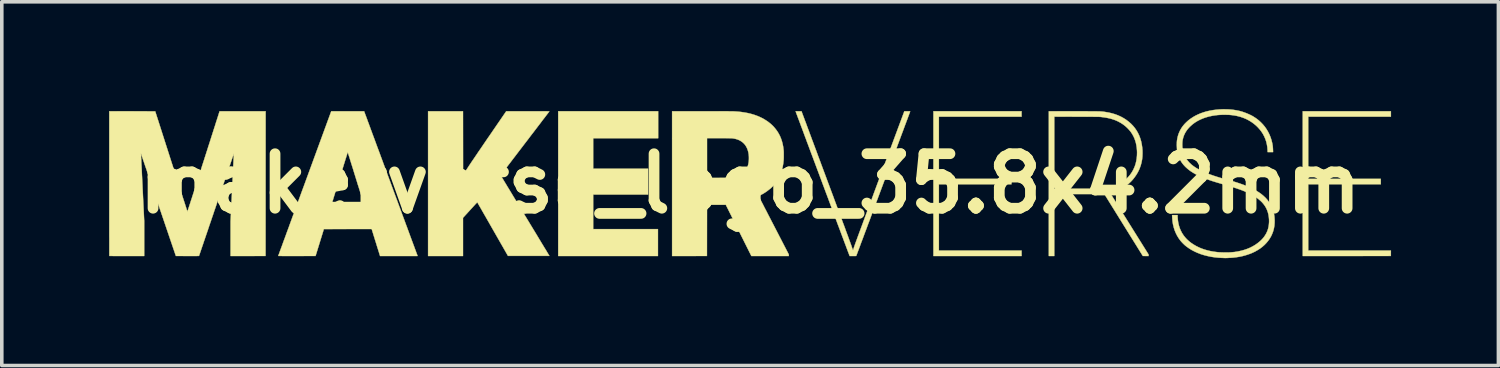
<source format=kicad_pcb>
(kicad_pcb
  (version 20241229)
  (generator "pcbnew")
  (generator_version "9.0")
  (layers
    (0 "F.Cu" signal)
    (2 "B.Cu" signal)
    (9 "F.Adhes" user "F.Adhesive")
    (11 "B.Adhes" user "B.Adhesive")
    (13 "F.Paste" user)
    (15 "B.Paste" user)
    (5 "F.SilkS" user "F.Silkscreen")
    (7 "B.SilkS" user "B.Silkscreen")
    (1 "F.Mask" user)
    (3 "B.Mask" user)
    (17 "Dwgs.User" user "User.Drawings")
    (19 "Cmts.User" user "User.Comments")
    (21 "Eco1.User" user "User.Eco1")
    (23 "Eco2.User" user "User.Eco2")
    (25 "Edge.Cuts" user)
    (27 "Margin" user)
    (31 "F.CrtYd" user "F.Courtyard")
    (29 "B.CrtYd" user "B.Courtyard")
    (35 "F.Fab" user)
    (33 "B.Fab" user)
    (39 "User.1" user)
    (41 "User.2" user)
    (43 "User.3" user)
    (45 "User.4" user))
  (footprint "makerverse_logo_35.8x4.2mm"
    (layer "F.Cu")
    (at 17.92 2.082)
    (property "Reference" "makerverse_logo_35.8x4.2mm" (at 0 0 0) (layer "F.SilkS") (effects (font (size 1.524 1.524) (thickness 0.3))))
    (attr through_hole)
    (fp_poly (pts (xy -2.57 -1.267) (xy -4.387 -1.267) (xy -4.387 -0.416) (xy -2.853 -0.416) (xy -2.853 0.307) (xy -4.387 0.307) (xy -4.387 1.273) (xy -2.576 1.273) (xy -2.576 2.025) (xy -5.364 2.025) (xy -5.364 -2.022) (xy -2.57 -2.022) (xy -2.57 -1.267)) (stroke (width 0.01) (type solid)) (fill yes) (layer "F.SilkS"))
    (fp_poly (pts (xy 7.59 -1.87) (xy 5.278 -1.87) (xy 5.278 -0.132) (xy 7.307 -0.132) (xy 7.307 0.02) (xy 5.278 0.02) (xy 5.278 1.874) (xy 7.59 1.874) (xy 7.59 2.025) (xy 5.126 2.025) (xy 5.126 -2.022) (xy 7.59 -2.022) (xy 7.59 -1.87)) (stroke (width 0.01) (type solid)) (fill yes) (layer "F.SilkS"))
    (fp_poly (pts (xy 17.915 -1.87) (xy 15.603 -1.87) (xy 15.603 -0.132) (xy 17.632 -0.132) (xy 17.632 0.02) (xy 15.603 0.02) (xy 15.603 1.874) (xy 17.915 1.874) (xy 17.914 1.949) (xy 17.914 2.024) (xy 16.682 2.025) (xy 15.451 2.025) (xy 15.451 -2.022) (xy 17.915 -2.022) (xy 17.915 -1.87)) (stroke (width 0.01) (type solid)) (fill yes) (layer "F.SilkS"))
    (fp_poly (pts (xy -1.358 -2.022) (xy -1.274 -2.022) (xy -1.192 -2.022) (xy -1.114 -2.022) (xy -1.039 -2.022) (xy -0.967 -2.022) (xy -0.899 -2.022) (xy -0.835 -2.021) (xy -0.775 -2.021) (xy -0.72 -2.021) (xy -0.669 -2.021) (xy -0.623 -2.021) (xy -0.582 -2.02) (xy -0.547 -2.02) (xy -0.517 -2.02) (xy -0.493 -2.019) (xy -0.476 -2.019) (xy -0.464 -2.019) (xy -0.463 -2.019) (xy -0.355 -2.012) (xy -0.252 -2.002) (xy -0.154 -1.987) (xy -0.06 -1.97) (xy 0.03 -1.948) (xy 0.117 -1.922) (xy 0.2 -1.892) (xy 0.242 -1.875) (xy 0.315 -1.841) (xy 0.385 -1.804) (xy 0.453 -1.762) (xy 0.517 -1.717) (xy 0.576 -1.67) (xy 0.63 -1.62) (xy 0.667 -1.581) (xy 0.717 -1.521) (xy 0.762 -1.459) (xy 0.801 -1.395) (xy 0.836 -1.328) (xy 0.865 -1.258) (xy 0.89 -1.184) (xy 0.91 -1.107) (xy 0.926 -1.025) (xy 0.937 -0.938) (xy 0.937 -0.935) (xy 0.939 -0.917) (xy 0.94 -0.894) (xy 0.941 -0.866) (xy 0.941 -0.836) (xy 0.941 -0.804) (xy 0.941 -0.771) (xy 0.941 -0.739) (xy 0.94 -0.709) (xy 0.939 -0.682) (xy 0.938 -0.659) (xy 0.937 -0.65) (xy 0.927 -0.558) (xy 0.912 -0.472) (xy 0.894 -0.39) (xy 0.87 -0.312) (xy 0.842 -0.238) (xy 0.81 -0.168) (xy 0.772 -0.101) (xy 0.73 -0.038) (xy 0.698 0.005) (xy 0.652 0.057) (xy 0.601 0.109) (xy 0.544 0.158) (xy 0.482 0.206) (xy 0.417 0.251) (xy 0.347 0.293) (xy 0.28 0.328) (xy 0.238 0.35) (xy 0.254 0.38) (xy 0.257 0.386) (xy 0.263 0.397) (xy 0.271 0.413) (xy 0.282 0.435) (xy 0.296 0.461) (xy 0.312 0.493) (xy 0.33 0.528) (xy 0.351 0.567) (xy 0.373 0.611) (xy 0.397 0.658) (xy 0.423 0.708) (xy 0.451 0.761) (xy 0.48 0.818) (xy 0.51 0.877) (xy 0.542 0.938) (xy 0.575 1.001) (xy 0.608 1.066) (xy 0.643 1.133) (xy 0.676 1.197) (xy 1.082 1.983) (xy 1.082 2.025) (xy 0.036 2.025) (xy -0.321 1.31) (xy -0.678 0.594) (xy -0.941 0.594) (xy -1.204 0.594) (xy -1.205 1.309) (xy -1.206 2.024) (xy -1.693 2.025) (xy -2.18 2.025) (xy -2.18 -0.158) (xy -1.204 -0.158) (xy -0.847 -0.159) (xy -0.791 -0.16) (xy -0.74 -0.16) (xy -0.696 -0.16) (xy -0.657 -0.16) (xy -0.623 -0.16) (xy -0.593 -0.161) (xy -0.568 -0.161) (xy -0.547 -0.161) (xy -0.528 -0.161) (xy -0.513 -0.162) (xy -0.5 -0.162) (xy -0.49 -0.163) (xy -0.481 -0.164) (xy -0.474 -0.164) (xy -0.467 -0.165) (xy -0.461 -0.166) (xy -0.455 -0.167) (xy -0.454 -0.167) (xy -0.4 -0.179) (xy -0.353 -0.193) (xy -0.31 -0.209) (xy -0.271 -0.228) (xy -0.235 -0.251) (xy -0.202 -0.277) (xy -0.183 -0.294) (xy -0.147 -0.333) (xy -0.116 -0.376) (xy -0.09 -0.423) (xy -0.069 -0.474) (xy -0.053 -0.529) (xy -0.041 -0.589) (xy -0.038 -0.608) (xy -0.036 -0.633) (xy -0.034 -0.663) (xy -0.033 -0.695) (xy -0.033 -0.729) (xy -0.034 -0.761) (xy -0.036 -0.791) (xy -0.038 -0.814) (xy -0.049 -0.876) (xy -0.065 -0.935) (xy -0.086 -0.989) (xy -0.111 -1.038) (xy -0.141 -1.083) (xy -0.176 -1.123) (xy -0.216 -1.159) (xy -0.26 -1.189) (xy -0.308 -1.215) (xy -0.361 -1.236) (xy -0.418 -1.252) (xy -0.479 -1.263) (xy -0.513 -1.267) (xy -0.523 -1.267) (xy -0.539 -1.268) (xy -0.561 -1.268) (xy -0.589 -1.269) (xy -0.622 -1.269) (xy -0.659 -1.269) (xy -0.702 -1.27) (xy -0.748 -1.27) (xy -0.797 -1.27) (xy -0.85 -1.27) (xy -0.878 -1.27) (xy -1.204 -1.27) (xy -1.204 -0.158) (xy -2.18 -0.158) (xy -2.18 -2.022) (xy -1.358 -2.022)) (stroke (width 0.01) (type solid)) (fill yes) (layer "F.SilkS"))
    (fp_poly (pts (xy -8.025 -1.133) (xy -8.024 -0.244) (xy -7.866 -0.484) (xy -7.848 -0.512) (xy -7.826 -0.544) (xy -7.801 -0.582) (xy -7.773 -0.624) (xy -7.742 -0.669) (xy -7.708 -0.719) (xy -7.672 -0.772) (xy -7.634 -0.828) (xy -7.595 -0.887) (xy -7.553 -0.947) (xy -7.51 -1.01) (xy -7.466 -1.075) (xy -7.421 -1.141) (xy -7.376 -1.207) (xy -7.33 -1.275) (xy -7.283 -1.342) (xy -7.262 -1.373) (xy -6.817 -2.022) (xy -6.214 -2.022) (xy -6.142 -2.022) (xy -6.073 -2.022) (xy -6.009 -2.022) (xy -5.948 -2.022) (xy -5.892 -2.022) (xy -5.84 -2.022) (xy -5.793 -2.021) (xy -5.751 -2.021) (xy -5.714 -2.021) (xy -5.683 -2.021) (xy -5.656 -2.02) (xy -5.636 -2.02) (xy -5.622 -2.02) (xy -5.614 -2.019) (xy -5.612 -2.019) (xy -5.614 -2.016) (xy -5.62 -2.008) (xy -5.629 -1.996) (xy -5.642 -1.978) (xy -5.659 -1.956) (xy -5.679 -1.93) (xy -5.702 -1.9) (xy -5.728 -1.866) (xy -5.757 -1.828) (xy -5.789 -1.787) (xy -5.823 -1.742) (xy -5.859 -1.694) (xy -5.898 -1.643) (xy -5.939 -1.59) (xy -5.982 -1.533) (xy -6.026 -1.475) (xy -6.073 -1.414) (xy -6.121 -1.352) (xy -6.17 -1.287) (xy -6.22 -1.221) (xy -6.272 -1.154) (xy -6.294 -1.125) (xy -6.346 -1.057) (xy -6.397 -0.99) (xy -6.447 -0.925) (xy -6.495 -0.862) (xy -6.542 -0.8) (xy -6.587 -0.741) (xy -6.631 -0.684) (xy -6.673 -0.629) (xy -6.712 -0.577) (xy -6.75 -0.528) (xy -6.785 -0.482) (xy -6.817 -0.439) (xy -6.847 -0.4) (xy -6.874 -0.364) (xy -6.899 -0.332) (xy -6.92 -0.304) (xy -6.938 -0.281) (xy -6.952 -0.261) (xy -6.963 -0.247) (xy -6.971 -0.237) (xy -6.974 -0.232) (xy -6.975 -0.231) (xy -6.973 -0.228) (xy -6.968 -0.22) (xy -6.96 -0.206) (xy -6.948 -0.188) (xy -6.934 -0.164) (xy -6.917 -0.136) (xy -6.897 -0.103) (xy -6.875 -0.066) (xy -6.85 -0.025) (xy -6.822 0.021) (xy -6.793 0.07) (xy -6.761 0.122) (xy -6.727 0.178) (xy -6.691 0.237) (xy -6.654 0.299) (xy -6.615 0.364) (xy -6.574 0.431) (xy -6.531 0.501) (xy -6.488 0.573) (xy -6.443 0.647) (xy -6.397 0.723) (xy -6.35 0.801) (xy -6.302 0.88) (xy -6.293 0.895) (xy -6.244 0.975) (xy -6.197 1.053) (xy -6.151 1.129) (xy -6.106 1.203) (xy -6.062 1.276) (xy -6.019 1.346) (xy -5.978 1.414) (xy -5.939 1.479) (xy -5.901 1.542) (xy -5.865 1.601) (xy -5.831 1.658) (xy -5.799 1.711) (xy -5.769 1.76) (xy -5.741 1.806) (xy -5.715 1.848) (xy -5.692 1.886) (xy -5.672 1.92) (xy -5.655 1.949) (xy -5.64 1.973) (xy -5.628 1.993) (xy -5.619 2.008) (xy -5.614 2.017) (xy -5.611 2.021) (xy -5.611 2.021) (xy -5.614 2.021) (xy -5.624 2.021) (xy -5.639 2.021) (xy -5.66 2.021) (xy -5.687 2.022) (xy -5.718 2.022) (xy -5.754 2.022) (xy -5.794 2.022) (xy -5.838 2.022) (xy -5.885 2.022) (xy -5.936 2.022) (xy -5.99 2.022) (xy -6.046 2.022) (xy -6.105 2.022) (xy -6.166 2.022) (xy -6.189 2.022) (xy -6.768 2.022) (xy -7.195 1.276) (xy -7.232 1.211) (xy -7.268 1.148) (xy -7.303 1.086) (xy -7.338 1.026) (xy -7.371 0.968) (xy -7.402 0.913) (xy -7.433 0.861) (xy -7.461 0.811) (xy -7.488 0.764) (xy -7.512 0.721) (xy -7.535 0.682) (xy -7.555 0.646) (xy -7.574 0.615) (xy -7.589 0.588) (xy -7.602 0.565) (xy -7.612 0.547) (xy -7.62 0.535) (xy -7.624 0.528) (xy -7.625 0.526) (xy -7.626 0.526) (xy -7.629 0.528) (xy -7.634 0.532) (xy -7.642 0.539) (xy -7.651 0.549) (xy -7.664 0.561) (xy -7.679 0.577) (xy -7.697 0.597) (xy -7.718 0.62) (xy -7.743 0.647) (xy -7.772 0.679) (xy -7.805 0.715) (xy -7.827 0.739) (xy -8.026 0.957) (xy -8.026 2.025) (xy -9.002 2.025) (xy -9.002 -2.022) (xy -8.026 -2.022) (xy -8.025 -1.133)) (stroke (width 0.01) (type solid)) (fill yes) (layer "F.SilkS"))
    (fp_poly (pts (xy 9.062 -2.021) (xy 9.144 -2.021) (xy 9.22 -2.021) (xy 9.29 -2.021) (xy 9.354 -2.021) (xy 9.413 -2.021) (xy 9.466 -2.02) (xy 9.515 -2.02) (xy 9.559 -2.02) (xy 9.599 -2.02) (xy 9.635 -2.019) (xy 9.667 -2.019) (xy 9.696 -2.019) (xy 9.722 -2.018) (xy 9.745 -2.018) (xy 9.766 -2.017) (xy 9.784 -2.017) (xy 9.801 -2.016) (xy 9.816 -2.015) (xy 9.829 -2.014) (xy 9.842 -2.013) (xy 9.854 -2.012) (xy 9.866 -2.011) (xy 9.877 -2.009) (xy 9.889 -2.008) (xy 9.901 -2.006) (xy 9.914 -2.004) (xy 9.927 -2.002) (xy 10.022 -1.986) (xy 10.113 -1.965) (xy 10.201 -1.939) (xy 10.284 -1.908) (xy 10.364 -1.872) (xy 10.439 -1.831) (xy 10.51 -1.786) (xy 10.518 -1.78) (xy 10.586 -1.728) (xy 10.649 -1.673) (xy 10.706 -1.614) (xy 10.757 -1.552) (xy 10.803 -1.486) (xy 10.843 -1.416) (xy 10.878 -1.343) (xy 10.907 -1.266) (xy 10.931 -1.186) (xy 10.949 -1.102) (xy 10.962 -1.015) (xy 10.97 -0.924) (xy 10.971 -0.846) (xy 10.968 -0.759) (xy 10.959 -0.673) (xy 10.943 -0.59) (xy 10.921 -0.507) (xy 10.892 -0.427) (xy 10.874 -0.384) (xy 10.839 -0.314) (xy 10.798 -0.245) (xy 10.752 -0.179) (xy 10.702 -0.115) (xy 10.648 -0.056) (xy 10.59 -0.001) (xy 10.529 0.049) (xy 10.479 0.085) (xy 10.414 0.126) (xy 10.346 0.162) (xy 10.276 0.193) (xy 10.206 0.219) (xy 10.136 0.24) (xy 10.092 0.249) (xy 10.079 0.252) (xy 10.069 0.254) (xy 10.063 0.255) (xy 10.062 0.256) (xy 10.063 0.258) (xy 10.068 0.267) (xy 10.077 0.28) (xy 10.088 0.298) (xy 10.102 0.321) (xy 10.12 0.349) (xy 10.139 0.381) (xy 10.162 0.417) (xy 10.187 0.457) (xy 10.214 0.5) (xy 10.243 0.547) (xy 10.274 0.598) (xy 10.308 0.651) (xy 10.343 0.707) (xy 10.379 0.766) (xy 10.417 0.827) (xy 10.457 0.89) (xy 10.498 0.956) (xy 10.54 1.023) (xy 10.582 1.091) (xy 10.6 1.12) (xy 11.14 1.983) (xy 11.14 2.026) (xy 10.98 2.024) (xy 10.442 1.159) (xy 9.905 0.294) (xy 8.504 0.294) (xy 8.504 2.025) (xy 8.352 2.025) (xy 8.352 0.142) (xy 8.504 0.142) (xy 9.171 0.142) (xy 9.261 0.142) (xy 9.344 0.142) (xy 9.422 0.142) (xy 9.495 0.142) (xy 9.561 0.141) (xy 9.621 0.141) (xy 9.676 0.141) (xy 9.724 0.141) (xy 9.766 0.14) (xy 9.802 0.14) (xy 9.832 0.14) (xy 9.855 0.139) (xy 9.872 0.139) (xy 9.882 0.138) (xy 9.883 0.138) (xy 9.969 0.129) (xy 10.052 0.114) (xy 10.13 0.094) (xy 10.205 0.069) (xy 10.276 0.039) (xy 10.344 0.003) (xy 10.408 -0.039) (xy 10.47 -0.086) (xy 10.528 -0.139) (xy 10.543 -0.154) (xy 10.586 -0.2) (xy 10.624 -0.246) (xy 10.657 -0.292) (xy 10.687 -0.34) (xy 10.715 -0.391) (xy 10.725 -0.413) (xy 10.755 -0.482) (xy 10.779 -0.555) (xy 10.797 -0.632) (xy 10.81 -0.71) (xy 10.817 -0.791) (xy 10.819 -0.872) (xy 10.817 -0.921) (xy 10.811 -0.998) (xy 10.8 -1.069) (xy 10.786 -1.137) (xy 10.767 -1.201) (xy 10.745 -1.263) (xy 10.717 -1.323) (xy 10.716 -1.326) (xy 10.681 -1.388) (xy 10.641 -1.448) (xy 10.594 -1.504) (xy 10.543 -1.558) (xy 10.488 -1.608) (xy 10.428 -1.654) (xy 10.365 -1.695) (xy 10.298 -1.732) (xy 10.278 -1.742) (xy 10.227 -1.765) (xy 10.175 -1.785) (xy 10.123 -1.802) (xy 10.068 -1.818) (xy 10.011 -1.831) (xy 9.949 -1.843) (xy 9.883 -1.853) (xy 9.812 -1.862) (xy 9.794 -1.864) (xy 9.786 -1.865) (xy 9.773 -1.865) (xy 9.754 -1.866) (xy 9.729 -1.866) (xy 9.698 -1.867) (xy 9.662 -1.867) (xy 9.619 -1.867) (xy 9.571 -1.868) (xy 9.516 -1.868) (xy 9.455 -1.868) (xy 9.388 -1.869) (xy 9.315 -1.869) (xy 9.235 -1.869) (xy 9.149 -1.869) (xy 9.132 -1.869) (xy 8.504 -1.871) (xy 8.504 0.142) (xy 8.352 0.142) (xy 8.352 -2.022) (xy 9.062 -2.021)) (stroke (width 0.01) (type solid)) (fill yes) (layer "F.SilkS"))
    (fp_poly (pts (xy -10.781 -1.995) (xy -10.779 -1.99) (xy -10.775 -1.98) (xy -10.769 -1.963) (xy -10.761 -1.941) (xy -10.751 -1.913) (xy -10.738 -1.88) (xy -10.724 -1.842) (xy -10.708 -1.799) (xy -10.691 -1.751) (xy -10.671 -1.698) (xy -10.65 -1.641) (xy -10.627 -1.579) (xy -10.603 -1.513) (xy -10.577 -1.443) (xy -10.55 -1.369) (xy -10.521 -1.292) (xy -10.491 -1.211) (xy -10.46 -1.126) (xy -10.428 -1.039) (xy -10.394 -0.948) (xy -10.359 -0.855) (xy -10.324 -0.759) (xy -10.287 -0.66) (xy -10.25 -0.559) (xy -10.212 -0.456) (xy -10.173 -0.35) (xy -10.133 -0.243) (xy -10.093 -0.134) (xy -10.052 -0.024) (xy -10.033 0.028) (xy -9.992 0.139) (xy -9.952 0.248) (xy -9.912 0.356) (xy -9.873 0.461) (xy -9.835 0.565) (xy -9.797 0.667) (xy -9.76 0.766) (xy -9.725 0.863) (xy -9.69 0.957) (xy -9.656 1.048) (xy -9.624 1.136) (xy -9.592 1.221) (xy -9.562 1.303) (xy -9.533 1.381) (xy -9.506 1.455) (xy -9.48 1.526) (xy -9.455 1.593) (xy -9.432 1.655) (xy -9.41 1.714) (xy -9.39 1.768) (xy -9.372 1.817) (xy -9.356 1.861) (xy -9.341 1.9) (xy -9.329 1.935) (xy -9.318 1.964) (xy -9.309 1.987) (xy -9.303 2.005) (xy -9.298 2.017) (xy -9.296 2.023) (xy -9.296 2.024) (xy -9.299 2.024) (xy -9.308 2.025) (xy -9.324 2.025) (xy -9.345 2.025) (xy -9.371 2.025) (xy -9.402 2.025) (xy -9.437 2.025) (xy -9.477 2.025) (xy -9.52 2.025) (xy -9.567 2.025) (xy -9.617 2.025) (xy -9.67 2.025) (xy -9.725 2.025) (xy -9.782 2.025) (xy -9.82 2.025) (xy -10.344 2.025) (xy -10.349 2.01) (xy -10.351 2.005) (xy -10.354 1.993) (xy -10.36 1.977) (xy -10.366 1.955) (xy -10.374 1.929) (xy -10.384 1.899) (xy -10.394 1.865) (xy -10.406 1.827) (xy -10.419 1.787) (xy -10.432 1.744) (xy -10.446 1.699) (xy -10.46 1.653) (xy -10.463 1.643) (xy -10.478 1.596) (xy -10.492 1.551) (xy -10.505 1.508) (xy -10.518 1.467) (xy -10.53 1.43) (xy -10.54 1.395) (xy -10.55 1.364) (xy -10.558 1.338) (xy -10.565 1.316) (xy -10.57 1.299) (xy -10.574 1.287) (xy -10.576 1.281) (xy -10.576 1.281) (xy -10.579 1.27) (xy -11.248 1.271) (xy -11.916 1.272) (xy -12.032 1.648) (xy -12.148 2.024) (xy -12.67 2.025) (xy -12.741 2.025) (xy -12.806 2.025) (xy -12.864 2.025) (xy -12.917 2.025) (xy -12.964 2.025) (xy -13.006 2.025) (xy -13.043 2.025) (xy -13.075 2.025) (xy -13.103 2.024) (xy -13.126 2.024) (xy -13.145 2.024) (xy -13.16 2.024) (xy -13.172 2.023) (xy -13.181 2.023) (xy -13.187 2.022) (xy -13.19 2.022) (xy -13.191 2.021) (xy -13.19 2.018) (xy -13.186 2.009) (xy -13.181 1.993) (xy -13.173 1.973) (xy -13.163 1.946) (xy -13.152 1.914) (xy -13.138 1.877) (xy -13.123 1.835) (xy -13.105 1.788) (xy -13.086 1.736) (xy -13.066 1.68) (xy -13.044 1.619) (xy -13.02 1.555) (xy -12.994 1.485) (xy -12.968 1.413) (xy -12.94 1.336) (xy -12.91 1.256) (xy -12.88 1.172) (xy -12.848 1.085) (xy -12.815 0.995) (xy -12.781 0.902) (xy -12.745 0.806) (xy -12.709 0.708) (xy -12.672 0.607) (xy -12.639 0.515) (xy -11.68 0.515) (xy -10.814 0.515) (xy -10.881 0.299) (xy -10.89 0.27) (xy -10.901 0.235) (xy -10.913 0.195) (xy -10.927 0.151) (xy -10.942 0.102) (xy -10.959 0.05) (xy -10.976 -0.004) (xy -10.993 -0.061) (xy -11.012 -0.12) (xy -11.03 -0.18) (xy -11.049 -0.24) (xy -11.068 -0.301) (xy -11.086 -0.36) (xy -11.097 -0.397) (xy -11.114 -0.451) (xy -11.131 -0.504) (xy -11.147 -0.555) (xy -11.162 -0.603) (xy -11.176 -0.648) (xy -11.189 -0.691) (xy -11.201 -0.73) (xy -11.213 -0.765) (xy -11.222 -0.796) (xy -11.231 -0.822) (xy -11.238 -0.844) (xy -11.243 -0.861) (xy -11.247 -0.872) (xy -11.248 -0.877) (xy -11.249 -0.877) (xy -11.25 -0.874) (xy -11.253 -0.865) (xy -11.257 -0.85) (xy -11.264 -0.829) (xy -11.272 -0.803) (xy -11.282 -0.772) (xy -11.293 -0.736) (xy -11.306 -0.696) (xy -11.32 -0.651) (xy -11.335 -0.601) (xy -11.352 -0.548) (xy -11.369 -0.491) (xy -11.388 -0.431) (xy -11.408 -0.367) (xy -11.428 -0.301) (xy -11.45 -0.231) (xy -11.472 -0.159) (xy -11.495 -0.085) (xy -11.519 -0.008) (xy -11.543 0.07) (xy -11.568 0.149) (xy -11.593 0.231) (xy -11.618 0.313) (xy -11.644 0.396) (xy -11.669 0.48) (xy -11.672 0.489) (xy -11.68 0.515) (xy -12.639 0.515) (xy -12.635 0.504) (xy -12.596 0.399) (xy -12.557 0.291) (xy -12.517 0.182) (xy -12.476 0.072) (xy -12.449 -0.002) (xy -11.709 -2.022) (xy -10.791 -2.022) (xy -10.781 -1.995)) (stroke (width 0.01) (type solid)) (fill yes) (layer "F.SilkS"))
    (fp_poly (pts (xy 1.443 -2.008) (xy 1.444 -2.004) (xy 1.448 -1.994) (xy 1.453 -1.979) (xy 1.461 -1.957) (xy 1.471 -1.93) (xy 1.483 -1.898) (xy 1.497 -1.861) (xy 1.513 -1.818) (xy 1.53 -1.771) (xy 1.55 -1.72) (xy 1.571 -1.663) (xy 1.593 -1.603) (xy 1.617 -1.538) (xy 1.643 -1.47) (xy 1.669 -1.398) (xy 1.698 -1.322) (xy 1.727 -1.242) (xy 1.758 -1.16) (xy 1.79 -1.074) (xy 1.823 -0.986) (xy 1.857 -0.895) (xy 1.891 -0.801) (xy 1.927 -0.705) (xy 1.964 -0.607) (xy 2.001 -0.506) (xy 2.039 -0.404) (xy 2.078 -0.3) (xy 2.117 -0.195) (xy 2.118 -0.193) (xy 2.171 -0.049) (xy 2.223 0.09) (xy 2.273 0.224) (xy 2.321 0.352) (xy 2.366 0.475) (xy 2.41 0.593) (xy 2.452 0.705) (xy 2.491 0.811) (xy 2.529 0.913) (xy 2.564 1.008) (xy 2.597 1.098) (xy 2.629 1.182) (xy 2.658 1.261) (xy 2.684 1.334) (xy 2.709 1.401) (xy 2.732 1.462) (xy 2.752 1.518) (xy 2.77 1.568) (xy 2.786 1.611) (xy 2.8 1.649) (xy 2.811 1.681) (xy 2.821 1.706) (xy 2.828 1.726) (xy 2.832 1.738) (xy 2.841 1.766) (xy 2.85 1.792) (xy 2.858 1.814) (xy 2.865 1.834) (xy 2.871 1.848) (xy 2.875 1.859) (xy 2.877 1.864) (xy 2.878 1.864) (xy 2.879 1.86) (xy 2.883 1.85) (xy 2.887 1.835) (xy 2.894 1.817) (xy 2.901 1.795) (xy 2.909 1.77) (xy 2.918 1.744) (xy 2.919 1.741) (xy 2.923 1.73) (xy 2.929 1.712) (xy 2.938 1.688) (xy 2.948 1.659) (xy 2.961 1.624) (xy 2.976 1.583) (xy 2.993 1.536) (xy 3.012 1.484) (xy 3.033 1.427) (xy 3.056 1.364) (xy 3.081 1.297) (xy 3.108 1.224) (xy 3.137 1.147) (xy 3.167 1.064) (xy 3.199 0.977) (xy 3.233 0.885) (xy 3.269 0.789) (xy 3.306 0.688) (xy 3.345 0.583) (xy 3.386 0.474) (xy 3.428 0.361) (xy 3.471 0.243) (xy 3.516 0.122) (xy 3.562 -0.003) (xy 3.61 -0.131) (xy 3.635 -0.199) (xy 4.313 -2.022) (xy 4.394 -2.022) (xy 4.421 -2.022) (xy 4.443 -2.022) (xy 4.46 -2.021) (xy 4.471 -2.02) (xy 4.476 -2.019) (xy 4.476 -2.019) (xy 4.475 -2.016) (xy 4.472 -2.006) (xy 4.466 -1.991) (xy 4.459 -1.971) (xy 4.449 -1.945) (xy 4.437 -1.914) (xy 4.424 -1.878) (xy 4.409 -1.837) (xy 4.392 -1.791) (xy 4.373 -1.741) (xy 4.353 -1.687) (xy 4.331 -1.629) (xy 4.308 -1.567) (xy 4.284 -1.501) (xy 4.258 -1.432) (xy 4.231 -1.36) (xy 4.203 -1.285) (xy 4.174 -1.207) (xy 4.144 -1.126) (xy 4.113 -1.043) (xy 4.081 -0.958) (xy 4.048 -0.87) (xy 4.015 -0.781) (xy 3.981 -0.69) (xy 3.947 -0.598) (xy 3.912 -0.504) (xy 3.877 -0.41) (xy 3.841 -0.314) (xy 3.805 -0.218) (xy 3.769 -0.122) (xy 3.733 -0.025) (xy 3.697 0.071) (xy 3.661 0.168) (xy 3.625 0.264) (xy 3.589 0.36) (xy 3.554 0.455) (xy 3.518 0.549) (xy 3.484 0.642) (xy 3.45 0.734) (xy 3.416 0.824) (xy 3.383 0.912) (xy 3.351 0.999) (xy 3.319 1.083) (xy 3.288 1.165) (xy 3.259 1.244) (xy 3.23 1.321) (xy 3.202 1.395) (xy 3.176 1.466) (xy 3.151 1.533) (xy 3.127 1.597) (xy 3.104 1.657) (xy 3.083 1.714) (xy 3.064 1.766) (xy 3.046 1.814) (xy 3.03 1.857) (xy 3.015 1.896) (xy 3.002 1.93) (xy 2.992 1.958) (xy 2.983 1.982) (xy 2.976 2) (xy 2.971 2.012) (xy 2.969 2.019) (xy 2.968 2.02) (xy 2.967 2.021) (xy 2.965 2.023) (xy 2.96 2.024) (xy 2.953 2.024) (xy 2.943 2.025) (xy 2.928 2.025) (xy 2.909 2.025) (xy 2.884 2.025) (xy 2.875 2.025) (xy 2.784 2.025) (xy 2.781 2.018) (xy 2.779 2.014) (xy 2.776 2.004) (xy 2.77 1.989) (xy 2.762 1.967) (xy 2.752 1.941) (xy 2.74 1.909) (xy 2.726 1.873) (xy 2.711 1.831) (xy 2.693 1.785) (xy 2.675 1.735) (xy 2.654 1.68) (xy 2.632 1.622) (xy 2.609 1.559) (xy 2.584 1.493) (xy 2.558 1.424) (xy 2.531 1.351) (xy 2.503 1.276) (xy 2.474 1.198) (xy 2.443 1.117) (xy 2.412 1.033) (xy 2.38 0.948) (xy 2.348 0.86) (xy 2.314 0.771) (xy 2.28 0.68) (xy 2.246 0.588) (xy 2.211 0.494) (xy 2.176 0.399) (xy 2.14 0.304) (xy 2.104 0.208) (xy 2.068 0.111) (xy 2.032 0.015) (xy 1.996 -0.082) (xy 1.96 -0.179) (xy 1.924 -0.275) (xy 1.888 -0.371) (xy 1.853 -0.465) (xy 1.818 -0.559) (xy 1.783 -0.652) (xy 1.749 -0.744) (xy 1.715 -0.833) (xy 1.682 -0.922) (xy 1.65 -1.008) (xy 1.619 -1.092) (xy 1.588 -1.173) (xy 1.559 -1.253) (xy 1.53 -1.329) (xy 1.503 -1.403) (xy 1.477 -1.473) (xy 1.452 -1.54) (xy 1.428 -1.603) (xy 1.406 -1.663) (xy 1.385 -1.719) (xy 1.366 -1.771) (xy 1.348 -1.818) (xy 1.332 -1.861) (xy 1.318 -1.899) (xy 1.305 -1.933) (xy 1.295 -1.961) (xy 1.286 -1.984) (xy 1.28 -2.001) (xy 1.276 -2.013) (xy 1.274 -2.018) (xy 1.273 -2.019) (xy 1.276 -2.02) (xy 1.286 -2.021) (xy 1.3 -2.021) (xy 1.319 -2.022) (xy 1.342 -2.022) (xy 1.355 -2.022) (xy 1.438 -2.022) (xy 1.443 -2.008)) (stroke (width 0.01) (type solid)) (fill yes) (layer "F.SilkS"))
    (fp_poly (pts (xy -17.273 -2.021) (xy -16.631 -2.02) (xy -16.184 -0.625) (xy -16.154 -0.532) (xy -16.124 -0.44) (xy -16.095 -0.35) (xy -16.067 -0.262) (xy -16.039 -0.176) (xy -16.013 -0.092) (xy -15.987 -0.011) (xy -15.962 0.067) (xy -15.937 0.142) (xy -15.914 0.214) (xy -15.892 0.283) (xy -15.871 0.348) (xy -15.852 0.41) (xy -15.833 0.467) (xy -15.816 0.52) (xy -15.8 0.569) (xy -15.786 0.614) (xy -15.773 0.653) (xy -15.762 0.688) (xy -15.753 0.717) (xy -15.745 0.741) (xy -15.739 0.759) (xy -15.735 0.772) (xy -15.733 0.779) (xy -15.733 0.78) (xy -15.732 0.78) (xy -15.731 0.779) (xy -15.73 0.776) (xy -15.728 0.772) (xy -15.726 0.765) (xy -15.723 0.757) (xy -15.719 0.747) (xy -15.715 0.734) (xy -15.71 0.719) (xy -15.704 0.701) (xy -15.697 0.68) (xy -15.689 0.657) (xy -15.68 0.63) (xy -15.67 0.599) (xy -15.659 0.566) (xy -15.647 0.528) (xy -15.634 0.487) (xy -15.619 0.442) (xy -15.603 0.393) (xy -15.586 0.339) (xy -15.567 0.281) (xy -15.547 0.218) (xy -15.526 0.151) (xy -15.502 0.078) (xy -15.477 0.00037) (xy -15.451 -0.083) (xy -15.422 -0.171) (xy -15.392 -0.265) (xy -15.36 -0.365) (xy -15.327 -0.471) (xy -15.293 -0.576) (xy -15.263 -0.669) (xy -15.234 -0.76) (xy -15.205 -0.85) (xy -15.177 -0.937) (xy -15.15 -1.023) (xy -15.123 -1.106) (xy -15.097 -1.187) (xy -15.072 -1.266) (xy -15.048 -1.341) (xy -15.025 -1.413) (xy -15.003 -1.482) (xy -14.982 -1.548) (xy -14.962 -1.609) (xy -14.944 -1.667) (xy -14.927 -1.721) (xy -14.911 -1.77) (xy -14.897 -1.815) (xy -14.884 -1.854) (xy -14.873 -1.889) (xy -14.863 -1.919) (xy -14.856 -1.943) (xy -14.85 -1.962) (xy -14.846 -1.975) (xy -14.844 -1.981) (xy -14.843 -1.982) (xy -14.831 -2.022) (xy -13.544 -2.022) (xy -13.545 0.001) (xy -13.546 2.024) (xy -14.035 2.025) (xy -14.524 2.025) (xy -14.524 1.056) (xy -14.478 0.112) (xy -14.474 0.033) (xy -14.47 -0.044) (xy -14.467 -0.119) (xy -14.463 -0.191) (xy -14.46 -0.261) (xy -14.457 -0.329) (xy -14.453 -0.393) (xy -14.45 -0.454) (xy -14.448 -0.512) (xy -14.445 -0.565) (xy -14.443 -0.615) (xy -14.441 -0.661) (xy -14.439 -0.701) (xy -14.437 -0.737) (xy -14.436 -0.768) (xy -14.434 -0.794) (xy -14.434 -0.813) (xy -14.433 -0.827) (xy -14.433 -0.835) (xy -14.433 -0.837) (xy -14.434 -0.834) (xy -14.437 -0.825) (xy -14.442 -0.81) (xy -14.449 -0.79) (xy -14.458 -0.764) (xy -14.469 -0.733) (xy -14.481 -0.697) (xy -14.495 -0.656) (xy -14.511 -0.61) (xy -14.528 -0.56) (xy -14.547 -0.505) (xy -14.567 -0.446) (xy -14.588 -0.384) (xy -14.611 -0.317) (xy -14.634 -0.248) (xy -14.659 -0.174) (xy -14.685 -0.098) (xy -14.712 -0.019) (xy -14.74 0.063) (xy -14.769 0.147) (xy -14.798 0.234) (xy -14.829 0.323) (xy -14.86 0.414) (xy -14.891 0.507) (xy -14.918 0.586) (xy -14.95 0.681) (xy -14.982 0.773) (xy -15.012 0.864) (xy -15.043 0.953) (xy -15.072 1.04) (xy -15.101 1.124) (xy -15.129 1.206) (xy -15.155 1.285) (xy -15.181 1.361) (xy -15.206 1.434) (xy -15.23 1.504) (xy -15.252 1.57) (xy -15.274 1.632) (xy -15.293 1.691) (xy -15.312 1.745) (xy -15.329 1.795) (xy -15.345 1.841) (xy -15.358 1.882) (xy -15.371 1.918) (xy -15.381 1.949) (xy -15.39 1.974) (xy -15.397 1.994) (xy -15.402 2.009) (xy -15.405 2.017) (xy -15.406 2.02) (xy -15.406 2.021) (xy -15.408 2.021) (xy -15.41 2.022) (xy -15.415 2.023) (xy -15.421 2.023) (xy -15.429 2.024) (xy -15.44 2.024) (xy -15.454 2.024) (xy -15.471 2.025) (xy -15.493 2.025) (xy -15.518 2.025) (xy -15.548 2.025) (xy -15.584 2.025) (xy -15.624 2.025) (xy -15.67 2.025) (xy -15.723 2.025) (xy -15.731 2.025) (xy -16.053 2.024) (xy -16.541 0.59) (xy -16.573 0.495) (xy -16.605 0.403) (xy -16.636 0.312) (xy -16.666 0.223) (xy -16.696 0.136) (xy -16.724 0.052) (xy -16.752 -0.03) (xy -16.779 -0.109) (xy -16.805 -0.185) (xy -16.83 -0.258) (xy -16.854 -0.328) (xy -16.876 -0.394) (xy -16.898 -0.457) (xy -16.918 -0.515) (xy -16.936 -0.569) (xy -16.953 -0.619) (xy -16.969 -0.665) (xy -16.983 -0.706) (xy -16.995 -0.742) (xy -17.006 -0.772) (xy -17.014 -0.798) (xy -17.021 -0.818) (xy -17.026 -0.832) (xy -17.029 -0.841) (xy -17.03 -0.843) (xy -17.03 -0.84) (xy -17.03 -0.83) (xy -17.029 -0.815) (xy -17.028 -0.793) (xy -17.027 -0.766) (xy -17.025 -0.734) (xy -17.023 -0.696) (xy -17.021 -0.654) (xy -17.019 -0.608) (xy -17.017 -0.557) (xy -17.014 -0.502) (xy -17.011 -0.443) (xy -17.008 -0.381) (xy -17.005 -0.316) (xy -17.002 -0.248) (xy -16.998 -0.177) (xy -16.995 -0.104) (xy -16.991 -0.028) (xy -16.987 0.049) (xy -16.985 0.101) (xy -16.939 1.044) (xy -16.939 2.025) (xy -17.425 2.025) (xy -17.481 2.025) (xy -17.535 2.025) (xy -17.587 2.025) (xy -17.637 2.025) (xy -17.684 2.025) (xy -17.727 2.025) (xy -17.767 2.025) (xy -17.803 2.025) (xy -17.834 2.024) (xy -17.861 2.024) (xy -17.882 2.024) (xy -17.899 2.024) (xy -17.909 2.023) (xy -17.913 2.023) (xy -17.913 2.023) (xy -17.913 2.02) (xy -17.913 2.01) (xy -17.913 1.994) (xy -17.914 1.972) (xy -17.914 1.944) (xy -17.914 1.91) (xy -17.914 1.871) (xy -17.914 1.826) (xy -17.914 1.777) (xy -17.914 1.722) (xy -17.914 1.662) (xy -17.914 1.598) (xy -17.914 1.53) (xy -17.915 1.457) (xy -17.915 1.38) (xy -17.915 1.299) (xy -17.915 1.214) (xy -17.915 1.126) (xy -17.915 1.034) (xy -17.915 0.939) (xy -17.915 0.842) (xy -17.915 0.741) (xy -17.915 0.638) (xy -17.915 0.532) (xy -17.915 0.424) (xy -17.915 0.313) (xy -17.915 0.201) (xy -17.915 0.087) (xy -17.915 -0.001) (xy -17.915 -2.022) (xy -17.273 -2.021)) (stroke (width 0.01) (type solid)) (fill yes) (layer "F.SilkS"))
    (fp_poly (pts (xy 13.318 -2.076) (xy 13.411 -2.072) (xy 13.502 -2.063) (xy 13.591 -2.049) (xy 13.675 -2.032) (xy 13.721 -2.02) (xy 13.774 -2.004) (xy 13.828 -1.985) (xy 13.883 -1.964) (xy 13.937 -1.941) (xy 13.989 -1.917) (xy 14.036 -1.893) (xy 14.072 -1.872) (xy 14.146 -1.824) (xy 14.215 -1.771) (xy 14.278 -1.714) (xy 14.337 -1.653) (xy 14.391 -1.588) (xy 14.439 -1.519) (xy 14.482 -1.446) (xy 14.52 -1.37) (xy 14.552 -1.291) (xy 14.578 -1.209) (xy 14.599 -1.124) (xy 14.612 -1.046) (xy 14.613 -1.03) (xy 14.615 -1.009) (xy 14.617 -0.985) (xy 14.618 -0.961) (xy 14.619 -0.944) (xy 14.621 -0.881) (xy 14.469 -0.881) (xy 14.467 -0.936) (xy 14.461 -1.017) (xy 14.448 -1.095) (xy 14.43 -1.172) (xy 14.405 -1.246) (xy 14.374 -1.318) (xy 14.338 -1.387) (xy 14.295 -1.453) (xy 14.247 -1.515) (xy 14.194 -1.574) (xy 14.147 -1.62) (xy 14.081 -1.675) (xy 14.013 -1.724) (xy 13.942 -1.767) (xy 13.869 -1.805) (xy 13.792 -1.837) (xy 13.711 -1.865) (xy 13.626 -1.887) (xy 13.606 -1.892) (xy 13.554 -1.902) (xy 13.503 -1.91) (xy 13.451 -1.916) (xy 13.398 -1.921) (xy 13.342 -1.923) (xy 13.281 -1.924) (xy 13.267 -1.924) (xy 13.222 -1.924) (xy 13.181 -1.923) (xy 13.143 -1.921) (xy 13.107 -1.919) (xy 13.07 -1.916) (xy 13.03 -1.911) (xy 13.017 -1.91) (xy 12.922 -1.895) (xy 12.831 -1.876) (xy 12.744 -1.851) (xy 12.661 -1.822) (xy 12.582 -1.788) (xy 12.508 -1.75) (xy 12.438 -1.707) (xy 12.373 -1.659) (xy 12.313 -1.606) (xy 12.282 -1.576) (xy 12.235 -1.524) (xy 12.195 -1.469) (xy 12.161 -1.413) (xy 12.133 -1.354) (xy 12.111 -1.293) (xy 12.095 -1.229) (xy 12.088 -1.186) (xy 12.086 -1.163) (xy 12.084 -1.135) (xy 12.083 -1.104) (xy 12.083 -1.073) (xy 12.084 -1.043) (xy 12.085 -1.017) (xy 12.087 -1.004) (xy 12.097 -0.935) (xy 12.114 -0.868) (xy 12.136 -0.805) (xy 12.165 -0.745) (xy 12.199 -0.687) (xy 12.239 -0.633) (xy 12.285 -0.581) (xy 12.337 -0.533) (xy 12.36 -0.514) (xy 12.413 -0.475) (xy 12.472 -0.436) (xy 12.537 -0.398) (xy 12.607 -0.362) (xy 12.684 -0.326) (xy 12.767 -0.29) (xy 12.856 -0.256) (xy 12.951 -0.222) (xy 13.053 -0.189) (xy 13.161 -0.156) (xy 13.276 -0.125) (xy 13.304 -0.117) (xy 13.415 -0.087) (xy 13.519 -0.057) (xy 13.618 -0.026) (xy 13.71 0.005) (xy 13.797 0.036) (xy 13.879 0.068) (xy 13.956 0.101) (xy 14.027 0.134) (xy 14.095 0.169) (xy 14.157 0.204) (xy 14.216 0.24) (xy 14.221 0.243) (xy 14.29 0.292) (xy 14.353 0.344) (xy 14.411 0.399) (xy 14.463 0.457) (xy 14.509 0.518) (xy 14.549 0.581) (xy 14.583 0.648) (xy 14.611 0.718) (xy 14.633 0.79) (xy 14.65 0.865) (xy 14.651 0.871) (xy 14.655 0.9) (xy 14.659 0.928) (xy 14.661 0.956) (xy 14.663 0.987) (xy 14.665 1.021) (xy 14.664 1.1) (xy 14.658 1.177) (xy 14.645 1.252) (xy 14.626 1.326) (xy 14.6 1.397) (xy 14.569 1.466) (xy 14.531 1.532) (xy 14.487 1.596) (xy 14.484 1.6) (xy 14.435 1.659) (xy 14.381 1.715) (xy 14.321 1.768) (xy 14.256 1.817) (xy 14.187 1.861) (xy 14.113 1.903) (xy 14.034 1.94) (xy 13.951 1.972) (xy 13.864 2.001) (xy 13.774 2.026) (xy 13.68 2.046) (xy 13.582 2.061) (xy 13.507 2.07) (xy 13.493 2.071) (xy 13.476 2.072) (xy 13.455 2.074) (xy 13.432 2.075) (xy 13.407 2.076) (xy 13.382 2.077) (xy 13.358 2.079) (xy 13.335 2.08) (xy 13.315 2.08) (xy 13.298 2.081) (xy 13.286 2.081) (xy 13.279 2.081) (xy 13.279 2.081) (xy 13.275 2.081) (xy 13.265 2.08) (xy 13.251 2.08) (xy 13.233 2.079) (xy 13.212 2.078) (xy 13.201 2.078) (xy 13.094 2.072) (xy 12.989 2.061) (xy 12.887 2.046) (xy 12.788 2.025) (xy 12.693 2.001) (xy 12.6 1.972) (xy 12.512 1.938) (xy 12.428 1.9) (xy 12.348 1.858) (xy 12.273 1.812) (xy 12.203 1.762) (xy 12.17 1.736) (xy 12.15 1.719) (xy 12.127 1.697) (xy 12.103 1.674) (xy 12.08 1.65) (xy 12.058 1.626) (xy 12.039 1.604) (xy 12.027 1.59) (xy 11.979 1.523) (xy 11.937 1.454) (xy 11.901 1.382) (xy 11.87 1.307) (xy 11.845 1.228) (xy 11.825 1.147) (xy 11.811 1.062) (xy 11.803 0.974) (xy 11.801 0.936) (xy 11.798 0.881) (xy 11.95 0.881) (xy 11.952 0.933) (xy 11.959 1.016) (xy 11.97 1.095) (xy 11.988 1.171) (xy 12.011 1.244) (xy 12.04 1.313) (xy 12.074 1.379) (xy 12.114 1.442) (xy 12.16 1.501) (xy 12.211 1.557) (xy 12.269 1.61) (xy 12.331 1.659) (xy 12.4 1.705) (xy 12.474 1.748) (xy 12.486 1.754) (xy 12.557 1.789) (xy 12.631 1.819) (xy 12.709 1.846) (xy 12.791 1.869) (xy 12.876 1.889) (xy 12.967 1.905) (xy 13.063 1.917) (xy 13.074 1.918) (xy 13.095 1.92) (xy 13.121 1.922) (xy 13.151 1.923) (xy 13.184 1.924) (xy 13.22 1.925) (xy 13.257 1.926) (xy 13.294 1.926) (xy 13.329 1.926) (xy 13.363 1.926) (xy 13.393 1.925) (xy 13.419 1.924) (xy 13.434 1.923) (xy 13.537 1.914) (xy 13.635 1.899) (xy 13.73 1.878) (xy 13.82 1.853) (xy 13.906 1.823) (xy 13.989 1.788) (xy 14.066 1.747) (xy 14.132 1.707) (xy 14.196 1.661) (xy 14.255 1.613) (xy 14.307 1.563) (xy 14.354 1.51) (xy 14.394 1.454) (xy 14.429 1.396) (xy 14.457 1.335) (xy 14.463 1.321) (xy 14.482 1.263) (xy 14.496 1.202) (xy 14.505 1.138) (xy 14.51 1.072) (xy 14.509 1.005) (xy 14.503 0.939) (xy 14.493 0.873) (xy 14.477 0.809) (xy 14.469 0.785) (xy 14.448 0.728) (xy 14.422 0.674) (xy 14.391 0.622) (xy 14.354 0.572) (xy 14.313 0.524) (xy 14.265 0.478) (xy 14.211 0.432) (xy 14.159 0.393) (xy 14.116 0.364) (xy 14.067 0.334) (xy 14.013 0.305) (xy 13.965 0.28) (xy 13.925 0.261) (xy 13.884 0.242) (xy 13.842 0.224) (xy 13.798 0.206) (xy 13.751 0.187) (xy 13.702 0.169) (xy 13.65 0.151) (xy 13.594 0.132) (xy 13.534 0.112) (xy 13.47 0.092) (xy 13.401 0.071) (xy 13.327 0.049) (xy 13.247 0.026) (xy 13.168 0.003) (xy 13.064 -0.027) (xy 12.965 -0.057) (xy 12.873 -0.087) (xy 12.786 -0.118) (xy 12.705 -0.148) (xy 12.63 -0.179) (xy 12.559 -0.211) (xy 12.493 -0.243) (xy 12.432 -0.275) (xy 12.375 -0.309) (xy 12.322 -0.343) (xy 12.273 -0.379) (xy 12.227 -0.416) (xy 12.185 -0.454) (xy 12.164 -0.474) (xy 12.116 -0.526) (xy 12.074 -0.58) (xy 12.037 -0.637) (xy 12.007 -0.697) (xy 11.981 -0.76) (xy 11.96 -0.827) (xy 11.945 -0.898) (xy 11.934 -0.97) (xy 11.933 -0.989) (xy 11.932 -1.012) (xy 11.931 -1.039) (xy 11.93 -1.068) (xy 11.93 -1.098) (xy 11.931 -1.126) (xy 11.931 -1.153) (xy 11.933 -1.176) (xy 11.934 -1.194) (xy 11.934 -1.196) (xy 11.945 -1.264) (xy 11.96 -1.328) (xy 11.979 -1.389) (xy 12.003 -1.447) (xy 12.021 -1.484) (xy 12.055 -1.545) (xy 12.096 -1.604) (xy 12.142 -1.66) (xy 12.194 -1.713) (xy 12.25 -1.764) (xy 12.312 -1.811) (xy 12.378 -1.855) (xy 12.448 -1.896) (xy 12.522 -1.932) (xy 12.6 -1.965) (xy 12.681 -1.993) (xy 12.758 -2.016) (xy 12.847 -2.036) (xy 12.939 -2.053) (xy 13.033 -2.065) (xy 13.128 -2.073) (xy 13.223 -2.077) (xy 13.318 -2.076)) (stroke (width 0.01) (type solid)) (fill yes) (layer "F.SilkS")))
  (gr_rect
    (start -3 -3)
    (end 38.841 7.168)
    (stroke (width 0.1) (type default))
    (fill no)
    (layer "Edge.Cuts")))
</source>
